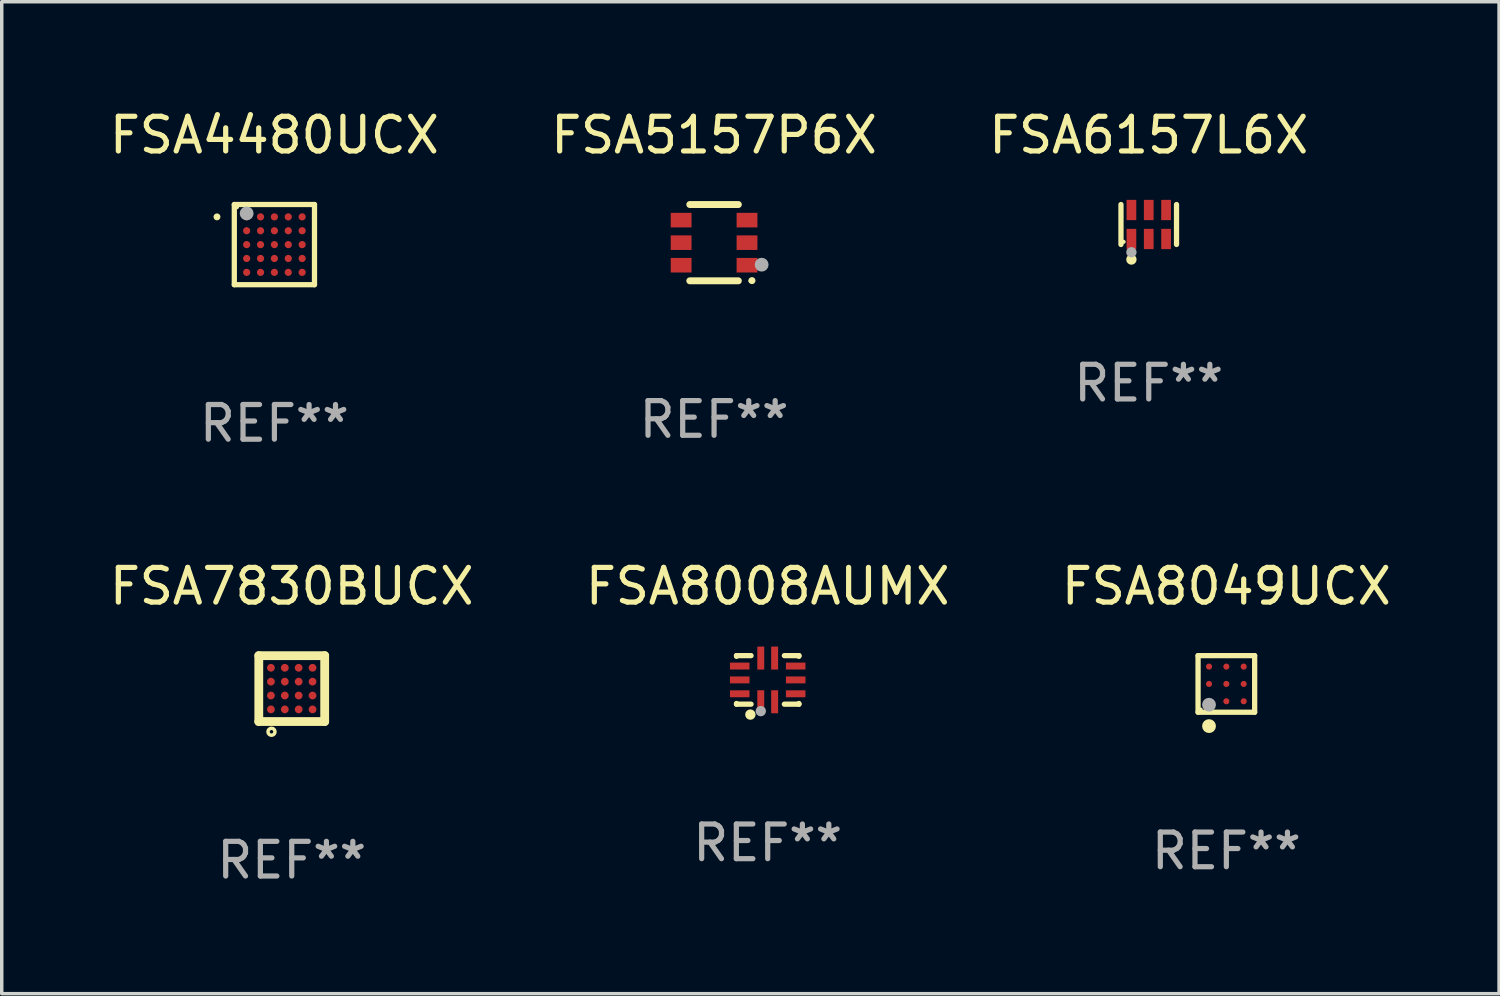
<source format=kicad_pcb>
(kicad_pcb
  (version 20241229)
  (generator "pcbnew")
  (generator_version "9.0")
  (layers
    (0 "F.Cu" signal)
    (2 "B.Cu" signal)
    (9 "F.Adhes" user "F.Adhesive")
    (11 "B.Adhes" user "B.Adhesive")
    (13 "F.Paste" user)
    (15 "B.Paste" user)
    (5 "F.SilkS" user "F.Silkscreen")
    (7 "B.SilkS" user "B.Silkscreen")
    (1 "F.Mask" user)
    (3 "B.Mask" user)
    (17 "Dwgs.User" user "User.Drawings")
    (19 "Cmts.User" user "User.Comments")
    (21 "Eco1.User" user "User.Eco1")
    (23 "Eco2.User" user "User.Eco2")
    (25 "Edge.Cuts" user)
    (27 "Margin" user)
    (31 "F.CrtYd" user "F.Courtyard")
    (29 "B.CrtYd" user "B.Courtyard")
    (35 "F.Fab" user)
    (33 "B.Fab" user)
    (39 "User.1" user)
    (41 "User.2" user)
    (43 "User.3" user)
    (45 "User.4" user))
  (footprint "FSA8008AUMX"
    (layer "F.Cu")
    (at 19.089 16.557)
    (property "Reference" "FSA8008AUMX" (at 0 -2.7 0) (layer "F.SilkS") (effects (font (size 1 1) (thickness 0.15))))
    (attr through_hole)
    (fp_line (start -0.9 -0.7) (end -0.9 -0.68) (stroke (width 0.152) (type solid)) (layer "F.SilkS"))
    (fp_line (start -0.9 0.68) (end -0.9 0.7) (stroke (width 0.152) (type solid)) (layer "F.SilkS"))
    (fp_line (start -0.9 0.7) (end -0.48 0.7) (stroke (width 0.152) (type solid)) (layer "F.SilkS"))
    (fp_line (start -0.48 -0.7) (end -0.9 -0.7) (stroke (width 0.152) (type solid)) (layer "F.SilkS"))
    (fp_line (start 0.48 0.7) (end 0.9 0.7) (stroke (width 0.152) (type solid)) (layer "F.SilkS"))
    (fp_line (start 0.9 -0.7) (end 0.48 -0.7) (stroke (width 0.152) (type solid)) (layer "F.SilkS"))
    (fp_line (start 0.9 -0.68) (end 0.9 -0.7) (stroke (width 0.152) (type solid)) (layer "F.SilkS"))
    (fp_line (start 0.9 0.7) (end 0.9 0.68) (stroke (width 0.152) (type solid)) (layer "F.SilkS"))
    (fp_circle (center -0.9 0.7) (end -0.87 0.7) (stroke (width 0.06) (type solid)) (fill no) (layer "F.SilkS"))
    (fp_circle (center -0.5 1) (end -0.425 1) (stroke (width 0.15) (type solid)) (fill no) (layer "F.SilkS"))
    (fp_circle (center -0.2 0.9) (end -0.125 0.9) (stroke (width 0.15) (type solid)) (fill no) (layer "F.Fab"))
    (fp_text user "REF**" (at 0 4.7 0) (layer "F.Fab") (effects (font (size 1 1) (thickness 0.15))))
    (pad "1" smd rect (at -0.2 0.63) (size 0.2 0.663) (layers "F.Cu" "F.Mask" "F.Paste"))
    (pad "2" smd rect (at 0.2 0.63) (size 0.2 0.663) (layers "F.Cu" "F.Mask" "F.Paste"))
    (pad "3" smd rect (at 0.807 0.4) (size 0.563 0.2) (layers "F.Cu" "F.Mask" "F.Paste"))
    (pad "4" smd rect (at 0.807 0) (size 0.563 0.2) (layers "F.Cu" "F.Mask" "F.Paste"))
    (pad "5" smd rect (at 0.807 -0.4) (size 0.563 0.2) (layers "F.Cu" "F.Mask" "F.Paste"))
    (pad "6" smd rect (at 0.2 -0.63) (size 0.2 0.663) (layers "F.Cu" "F.Mask" "F.Paste"))
    (pad "7" smd rect (at -0.2 -0.63) (size 0.2 0.663) (layers "F.Cu" "F.Mask" "F.Paste"))
    (pad "8" smd rect (at -0.807 -0.4) (size 0.563 0.2) (layers "F.Cu" "F.Mask" "F.Paste"))
    (pad "9" smd rect (at -0.807 0) (size 0.563 0.2) (layers "F.Cu" "F.Mask" "F.Paste"))
    (pad "10" smd rect (at -0.807 0.4) (size 0.563 0.2) (layers "F.Cu" "F.Mask" "F.Paste")))
  (footprint "FSA6157L6X"
    (layer "F.Cu")
    (at 30.077 3.424)
    (property "Reference" "FSA6157L6X" (at 0 -2.576 0) (layer "F.SilkS") (effects (font (size 1 1) (thickness 0.15))))
    (attr through_hole)
    (fp_line (start -0.801 0.576) (end -0.801 -0.576) (stroke (width 0.152) (type solid)) (layer "F.SilkS"))
    (fp_line (start 0.801 0.576) (end 0.801 -0.576) (stroke (width 0.152) (type solid)) (layer "F.SilkS"))
    (fp_circle (center -0.725 0.5) (end -0.695 0.5) (stroke (width 0.06) (type solid)) (fill no) (layer "F.SilkS"))
    (fp_circle (center -0.5 1.01) (end -0.425 1.01) (stroke (width 0.15) (type solid)) (fill no) (layer "F.SilkS"))
    (fp_circle (center -0.5 0.8) (end -0.425 0.8) (stroke (width 0.15) (type solid)) (fill no) (layer "F.Fab"))
    (fp_text user "REF**" (at 0 4.576 0) (layer "F.Fab") (effects (font (size 1 1) (thickness 0.15))))
    (pad "1" smd rect (at -0.5 0.418) (size 0.28 0.585) (layers "F.Cu" "F.Mask" "F.Paste"))
    (pad "2" smd rect (at 0 0.418) (size 0.28 0.585) (layers "F.Cu" "F.Mask" "F.Paste"))
    (pad "3" smd rect (at 0.5 0.418) (size 0.28 0.585) (layers "F.Cu" "F.Mask" "F.Paste"))
    (pad "4" smd rect (at 0.5 -0.418) (size 0.28 0.585) (layers "F.Cu" "F.Mask" "F.Paste"))
    (pad "5" smd rect (at 0 -0.418) (size 0.28 0.585) (layers "F.Cu" "F.Mask" "F.Paste"))
    (pad "6" smd rect (at -0.5 -0.418) (size 0.28 0.585) (layers "F.Cu" "F.Mask" "F.Paste")))
  (footprint "FSA5157P6X"
    (layer "F.Cu")
    (at 17.542 3.948)
    (property "Reference" "FSA5157P6X" (at 0 -3.1 0) (layer "F.SilkS") (effects (font (size 1 1) (thickness 0.15))))
    (attr through_hole)
    (fp_line (start -0.7 -1.1) (end 0.7 -1.1) (stroke (width 0.2) (type solid)) (layer "F.SilkS"))
    (fp_line (start -0.7 1.1) (end 0.7 1.1) (stroke (width 0.2) (type solid)) (layer "F.SilkS"))
    (fp_arc (start 1.090932 1.094209) (mid 1.092202 1.094203) (end 1.093472 1.094209) (stroke (width 0.2) (type solid)) (layer "F.SilkS"))
    (fp_circle (center 1.053 1.1) (end 1.083 1.1) (stroke (width 0.06) (type solid)) (fill no) (layer "F.SilkS"))
    (fp_circle (center 1.372 0.635) (end 1.472 0.635) (stroke (width 0.2) (type solid)) (fill no) (layer "F.Fab"))
    (fp_text user "REF**" (at 0 5.1 0) (layer "F.Fab") (effects (font (size 1 1) (thickness 0.15))))
    (pad "1" smd rect (at 0.95 0.65 90) (size 0.42 0.6) (layers "F.Cu" "F.Mask" "F.Paste"))
    (pad "2" smd rect (at 0.95 0 90) (size 0.42 0.6) (layers "F.Cu" "F.Mask" "F.Paste"))
    (pad "3" smd rect (at 0.95 -0.65 90) (size 0.42 0.6) (layers "F.Cu" "F.Mask" "F.Paste"))
    (pad "4" smd rect (at -0.95 -0.65 270) (size 0.42 0.6) (layers "F.Cu" "F.Mask" "F.Paste"))
    (pad "5" smd rect (at -0.95 0 270) (size 0.42 0.6) (layers "F.Cu" "F.Mask" "F.Paste"))
    (pad "6" smd rect (at -0.95 0.65 270) (size 0.42 0.6) (layers "F.Cu" "F.Mask" "F.Paste")))
  (footprint "FSA7830BUCX"
    (layer "F.Cu")
    (at 5.363 16.807)
    (property "Reference" "FSA7830BUCX" (at 0 -2.95 0) (layer "F.SilkS") (effects (font (size 1 1) (thickness 0.15))))
    (attr through_hole)
    (fp_line (start -0.95 -0.95) (end 0.95 -0.95) (stroke (width 0.254) (type solid)) (layer "F.SilkS"))
    (fp_line (start -0.95 0.95) (end -0.95 -0.95) (stroke (width 0.254) (type solid)) (layer "F.SilkS"))
    (fp_line (start 0.95 -0.95) (end 0.95 0.95) (stroke (width 0.254) (type solid)) (layer "F.SilkS"))
    (fp_line (start 0.95 0.95) (end -0.95 0.95) (stroke (width 0.254) (type solid)) (layer "F.SilkS"))
    (fp_circle (center -0.584 1.245) (end -0.483 1.245) (stroke (width 0.1) (type solid)) (fill no) (layer "F.SilkS"))
    (fp_text user "REF**" (at 0 4.95 0) (layer "F.Fab") (effects (font (size 1 1) (thickness 0.15))))
    (pad "A1" smd circle (at -0.6 0.6) (size 0.224 0.224) (layers "F.Cu" "F.Mask" "F.Paste"))
    (pad "A2" smd circle (at -0.6 0.2) (size 0.224 0.224) (layers "F.Cu" "F.Mask" "F.Paste"))
    (pad "A3" smd circle (at -0.6 -0.2) (size 0.224 0.224) (layers "F.Cu" "F.Mask" "F.Paste"))
    (pad "A4" smd circle (at -0.6 -0.6) (size 0.224 0.224) (layers "F.Cu" "F.Mask" "F.Paste"))
    (pad "B1" smd circle (at -0.2 0.6) (size 0.224 0.224) (layers "F.Cu" "F.Mask" "F.Paste"))
    (pad "B2" smd circle (at -0.2 0.2) (size 0.224 0.224) (layers "F.Cu" "F.Mask" "F.Paste"))
    (pad "B3" smd circle (at -0.2 -0.2) (size 0.224 0.224) (layers "F.Cu" "F.Mask" "F.Paste"))
    (pad "B4" smd circle (at -0.2 -0.6) (size 0.224 0.224) (layers "F.Cu" "F.Mask" "F.Paste"))
    (pad "C1" smd circle (at 0.2 0.6) (size 0.224 0.224) (layers "F.Cu" "F.Mask" "F.Paste"))
    (pad "C2" smd circle (at 0.2 0.2) (size 0.224 0.224) (layers "F.Cu" "F.Mask" "F.Paste"))
    (pad "C3" smd circle (at 0.2 -0.2) (size 0.224 0.224) (layers "F.Cu" "F.Mask" "F.Paste"))
    (pad "C4" smd circle (at 0.2 -0.6) (size 0.224 0.224) (layers "F.Cu" "F.Mask" "F.Paste"))
    (pad "D1" smd circle (at 0.6 0.6) (size 0.224 0.224) (layers "F.Cu" "F.Mask" "F.Paste"))
    (pad "D2" smd circle (at 0.6 0.2) (size 0.224 0.224) (layers "F.Cu" "F.Mask" "F.Paste"))
    (pad "D3" smd circle (at 0.6 -0.2) (size 0.224 0.224) (layers "F.Cu" "F.Mask" "F.Paste"))
    (pad "D4" smd circle (at 0.6 -0.6) (size 0.224 0.224) (layers "F.Cu" "F.Mask" "F.Paste")))
  (footprint "FSA8049UCX"
    (layer "F.Cu")
    (at 32.315 16.673)
    (property "Reference" "FSA8049UCX" (at 0 -2.816 0) (layer "F.SilkS") (effects (font (size 1 1) (thickness 0.15))))
    (attr through_hole)
    (fp_line (start -0.816 -0.816) (end 0.816 -0.816) (stroke (width 0.152) (type solid)) (layer "F.SilkS"))
    (fp_line (start -0.816 0.816) (end -0.816 -0.816) (stroke (width 0.152) (type solid)) (layer "F.SilkS"))
    (fp_line (start 0.816 -0.816) (end 0.816 0.816) (stroke (width 0.152) (type solid)) (layer "F.SilkS"))
    (fp_line (start 0.816 0.816) (end -0.816 0.816) (stroke (width 0.152) (type solid)) (layer "F.SilkS"))
    (fp_circle (center -0.74 0.74) (end -0.71 0.74) (stroke (width 0.06) (type solid)) (fill no) (layer "F.SilkS"))
    (fp_circle (center -0.5 1.216) (end -0.4 1.216) (stroke (width 0.2) (type solid)) (fill no) (layer "F.SilkS"))
    (fp_circle (center -0.5 0.6) (end -0.4 0.6) (stroke (width 0.2) (type solid)) (fill no) (layer "F.Fab"))
    (fp_text user "REF**" (at 0 4.816 0) (layer "F.Fab") (effects (font (size 1 1) (thickness 0.15))))
    (pad "A1" smd circle (at -0.5 0.5) (size 0.176 0.176) (layers "F.Cu" "F.Mask" "F.Paste"))
    (pad "A2" smd circle (at -0.5 0) (size 0.176 0.176) (layers "F.Cu" "F.Mask" "F.Paste"))
    (pad "A3" smd circle (at -0.5 -0.5) (size 0.176 0.176) (layers "F.Cu" "F.Mask" "F.Paste"))
    (pad "B1" smd circle (at 0 0.5) (size 0.176 0.176) (layers "F.Cu" "F.Mask" "F.Paste"))
    (pad "B2" smd circle (at 0 0) (size 0.176 0.176) (layers "F.Cu" "F.Mask" "F.Paste"))
    (pad "B3" smd circle (at 0 -0.5) (size 0.176 0.176) (layers "F.Cu" "F.Mask" "F.Paste"))
    (pad "C1" smd circle (at 0.5 0.5) (size 0.176 0.176) (layers "F.Cu" "F.Mask" "F.Paste"))
    (pad "C2" smd circle (at 0.5 0) (size 0.176 0.176) (layers "F.Cu" "F.Mask" "F.Paste"))
    (pad "C3" smd circle (at 0.5 -0.5) (size 0.176 0.176) (layers "F.Cu" "F.Mask" "F.Paste")))
  (footprint "FSA4480UCX"
    (layer "F.Cu")
    (at 4.863 4.004)
    (property "Reference" "FSA4480UCX" (at 0 -3.156 0) (layer "F.SilkS") (effects (font (size 1 1) (thickness 0.15))))
    (attr through_hole)
    (fp_line (start -1.156 -1.156) (end 1.156 -1.156) (stroke (width 0.152) (type solid)) (layer "F.SilkS"))
    (fp_line (start -1.156 1.156) (end -1.156 -1.156) (stroke (width 0.152) (type solid)) (layer "F.SilkS"))
    (fp_line (start 1.156 -1.156) (end 1.156 1.156) (stroke (width 0.152) (type solid)) (layer "F.SilkS"))
    (fp_line (start 1.156 1.156) (end -1.156 1.156) (stroke (width 0.152) (type solid)) (layer "F.SilkS"))
    (fp_circle (center -1.656 -0.8) (end -1.606 -0.8) (stroke (width 0.1) (type solid)) (fill no) (layer "F.SilkS"))
    (fp_circle (center -1.08 -1.08) (end -1.05 -1.08) (stroke (width 0.06) (type solid)) (fill no) (layer "F.SilkS"))
    (fp_circle (center -0.8 -0.9) (end -0.7 -0.9) (stroke (width 0.2) (type solid)) (fill no) (layer "F.Fab"))
    (fp_text user "REF**" (at 0 5.156 0) (layer "F.Fab") (effects (font (size 1 1) (thickness 0.15))))
    (pad "A1" smd circle (at -0.8 -0.8) (size 0.208 0.208) (layers "F.Cu" "F.Mask" "F.Paste"))
    (pad "A2" smd circle (at -0.4 -0.8) (size 0.208 0.208) (layers "F.Cu" "F.Mask" "F.Paste"))
    (pad "A3" smd circle (at 0 -0.8) (size 0.208 0.208) (layers "F.Cu" "F.Mask" "F.Paste"))
    (pad "A4" smd circle (at 0.4 -0.8) (size 0.208 0.208) (layers "F.Cu" "F.Mask" "F.Paste"))
    (pad "A5" smd circle (at 0.8 -0.8) (size 0.208 0.208) (layers "F.Cu" "F.Mask" "F.Paste"))
    (pad "B1" smd circle (at -0.8 -0.4) (size 0.208 0.208) (layers "F.Cu" "F.Mask" "F.Paste"))
    (pad "B2" smd circle (at -0.4 -0.4) (size 0.208 0.208) (layers "F.Cu" "F.Mask" "F.Paste"))
    (pad "B3" smd circle (at 0 -0.4) (size 0.208 0.208) (layers "F.Cu" "F.Mask" "F.Paste"))
    (pad "B4" smd circle (at 0.4 -0.4) (size 0.208 0.208) (layers "F.Cu" "F.Mask" "F.Paste"))
    (pad "B5" smd circle (at 0.8 -0.4) (size 0.208 0.208) (layers "F.Cu" "F.Mask" "F.Paste"))
    (pad "C1" smd circle (at -0.8 0) (size 0.208 0.208) (layers "F.Cu" "F.Mask" "F.Paste"))
    (pad "C2" smd circle (at -0.4 0) (size 0.208 0.208) (layers "F.Cu" "F.Mask" "F.Paste"))
    (pad "C3" smd circle (at 0 0) (size 0.208 0.208) (layers "F.Cu" "F.Mask" "F.Paste"))
    (pad "C4" smd circle (at 0.4 0) (size 0.208 0.208) (layers "F.Cu" "F.Mask" "F.Paste"))
    (pad "C5" smd circle (at 0.8 0) (size 0.208 0.208) (layers "F.Cu" "F.Mask" "F.Paste"))
    (pad "D1" smd circle (at -0.8 0.4) (size 0.208 0.208) (layers "F.Cu" "F.Mask" "F.Paste"))
    (pad "D2" smd circle (at -0.4 0.4) (size 0.208 0.208) (layers "F.Cu" "F.Mask" "F.Paste"))
    (pad "D3" smd circle (at 0 0.4) (size 0.208 0.208) (layers "F.Cu" "F.Mask" "F.Paste"))
    (pad "D4" smd circle (at 0.4 0.4) (size 0.208 0.208) (layers "F.Cu" "F.Mask" "F.Paste"))
    (pad "D5" smd circle (at 0.8 0.4) (size 0.208 0.208) (layers "F.Cu" "F.Mask" "F.Paste"))
    (pad "E1" smd circle (at -0.8 0.8) (size 0.208 0.208) (layers "F.Cu" "F.Mask" "F.Paste"))
    (pad "E2" smd circle (at -0.4 0.8) (size 0.208 0.208) (layers "F.Cu" "F.Mask" "F.Paste"))
    (pad "E3" smd circle (at 0 0.8) (size 0.208 0.208) (layers "F.Cu" "F.Mask" "F.Paste"))
    (pad "E4" smd circle (at 0.4 0.8) (size 0.208 0.208) (layers "F.Cu" "F.Mask" "F.Paste"))
    (pad "E5" smd circle (at 0.8 0.8) (size 0.208 0.208) (layers "F.Cu" "F.Mask" "F.Paste")))
  (gr_rect
    (start -3 -3)
    (end 40.179 25.605)
    (stroke (width 0.1) (type default))
    (fill no)
    (layer "Edge.Cuts")))
</source>
